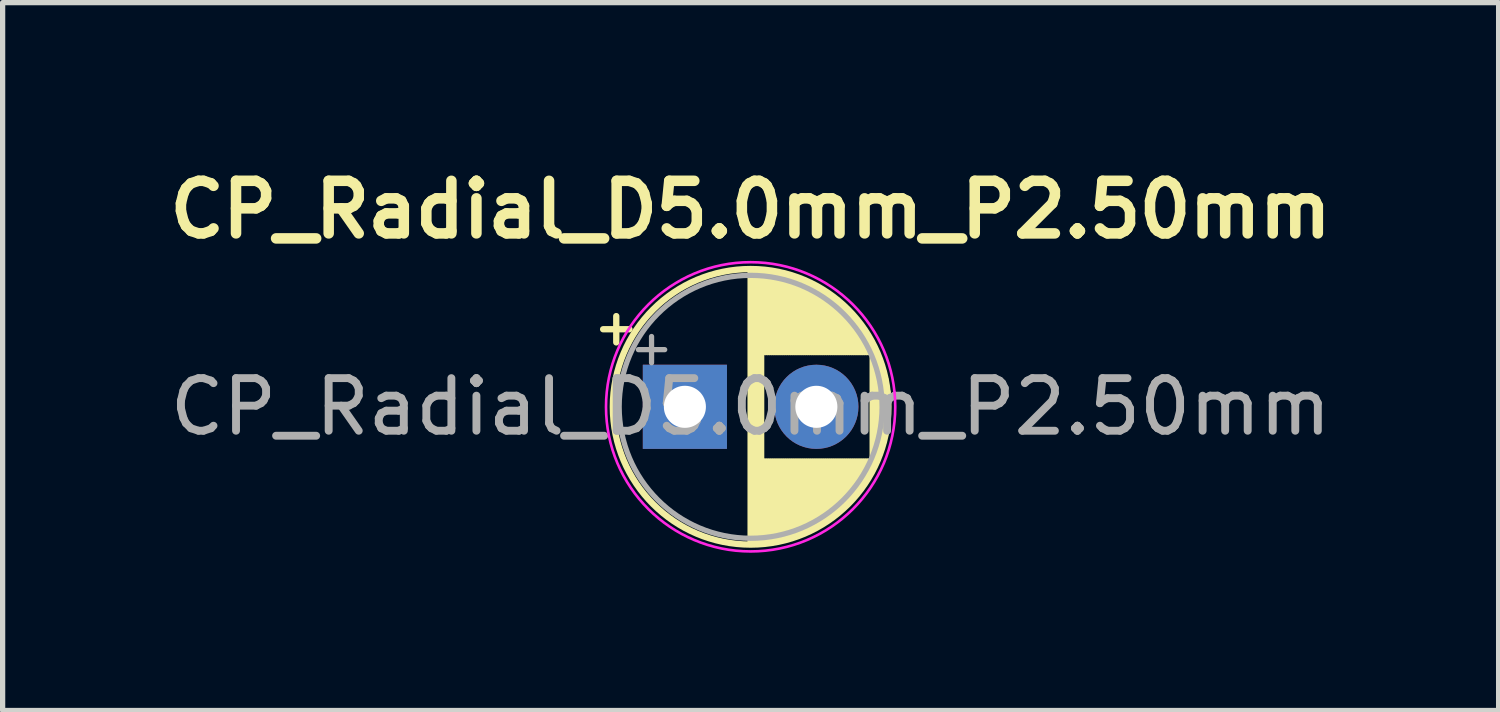
<source format=kicad_pcb>
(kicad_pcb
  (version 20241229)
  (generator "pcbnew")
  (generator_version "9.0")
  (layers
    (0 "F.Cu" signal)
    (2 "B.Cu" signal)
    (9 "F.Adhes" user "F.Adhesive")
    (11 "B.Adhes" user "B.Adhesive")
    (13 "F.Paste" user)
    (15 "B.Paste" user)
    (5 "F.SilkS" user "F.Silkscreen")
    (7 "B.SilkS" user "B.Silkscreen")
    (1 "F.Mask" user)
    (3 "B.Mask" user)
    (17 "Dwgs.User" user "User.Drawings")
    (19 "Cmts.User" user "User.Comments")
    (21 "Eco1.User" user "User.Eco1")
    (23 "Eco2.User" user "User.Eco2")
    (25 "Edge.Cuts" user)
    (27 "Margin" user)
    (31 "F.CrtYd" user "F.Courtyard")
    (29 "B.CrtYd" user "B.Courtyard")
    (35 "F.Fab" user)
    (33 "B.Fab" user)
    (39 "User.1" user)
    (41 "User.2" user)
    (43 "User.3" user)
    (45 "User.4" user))
  (footprint "CP_Radial_D5.0mm_P2.50mm"
    (layer "F.Cu")
    (at 9.974 4.686)
    (property "Reference" "CP_Radial_D5.0mm_P2.50mm" (at 1.25 -3.75 180) (layer "F.SilkS") (effects (font (size 1 1) (thickness 0.2) (bold yes))))
    (attr through_hole)
    (fp_line (start -1.555 -1.475) (end -1.055 -1.475) (stroke (width 0.12) (type solid)) (layer "F.SilkS"))
    (fp_line (start -1.305 -1.725) (end -1.305 -1.225) (stroke (width 0.12) (type solid)) (layer "F.SilkS"))
    (fp_line (start 1.25 -2.58) (end 1.25 2.58) (stroke (width 0.12) (type solid)) (layer "F.SilkS"))
    (fp_line (start 1.29 -2.58) (end 1.29 2.58) (stroke (width 0.12) (type solid)) (layer "F.SilkS"))
    (fp_line (start 1.33 -2.579) (end 1.33 2.579) (stroke (width 0.12) (type solid)) (layer "F.SilkS"))
    (fp_line (start 1.37 -2.578) (end 1.37 2.578) (stroke (width 0.12) (type solid)) (layer "F.SilkS"))
    (fp_line (start 1.41 -2.576) (end 1.41 2.576) (stroke (width 0.12) (type solid)) (layer "F.SilkS"))
    (fp_line (start 1.45 -2.573) (end 1.45 2.573) (stroke (width 0.12) (type solid)) (layer "F.SilkS"))
    (fp_line (start 1.49 -2.569) (end 1.49 -1.04) (stroke (width 0.12) (type solid)) (layer "F.SilkS"))
    (fp_line (start 1.49 1.04) (end 1.49 2.569) (stroke (width 0.12) (type solid)) (layer "F.SilkS"))
    (fp_line (start 1.53 -2.565) (end 1.53 -1.04) (stroke (width 0.12) (type solid)) (layer "F.SilkS"))
    (fp_line (start 1.53 1.04) (end 1.53 2.565) (stroke (width 0.12) (type solid)) (layer "F.SilkS"))
    (fp_line (start 1.57 -2.561) (end 1.57 -1.04) (stroke (width 0.12) (type solid)) (layer "F.SilkS"))
    (fp_line (start 1.57 1.04) (end 1.57 2.561) (stroke (width 0.12) (type solid)) (layer "F.SilkS"))
    (fp_line (start 1.61 -2.556) (end 1.61 -1.04) (stroke (width 0.12) (type solid)) (layer "F.SilkS"))
    (fp_line (start 1.61 1.04) (end 1.61 2.556) (stroke (width 0.12) (type solid)) (layer "F.SilkS"))
    (fp_line (start 1.65 -2.55) (end 1.65 -1.04) (stroke (width 0.12) (type solid)) (layer "F.SilkS"))
    (fp_line (start 1.65 1.04) (end 1.65 2.55) (stroke (width 0.12) (type solid)) (layer "F.SilkS"))
    (fp_line (start 1.69 -2.543) (end 1.69 -1.04) (stroke (width 0.12) (type solid)) (layer "F.SilkS"))
    (fp_line (start 1.69 1.04) (end 1.69 2.543) (stroke (width 0.12) (type solid)) (layer "F.SilkS"))
    (fp_line (start 1.73 -2.536) (end 1.73 -1.04) (stroke (width 0.12) (type solid)) (layer "F.SilkS"))
    (fp_line (start 1.73 1.04) (end 1.73 2.536) (stroke (width 0.12) (type solid)) (layer "F.SilkS"))
    (fp_line (start 1.77 -2.528) (end 1.77 -1.04) (stroke (width 0.12) (type solid)) (layer "F.SilkS"))
    (fp_line (start 1.77 1.04) (end 1.77 2.528) (stroke (width 0.12) (type solid)) (layer "F.SilkS"))
    (fp_line (start 1.81 -2.52) (end 1.81 -1.04) (stroke (width 0.12) (type solid)) (layer "F.SilkS"))
    (fp_line (start 1.81 1.04) (end 1.81 2.52) (stroke (width 0.12) (type solid)) (layer "F.SilkS"))
    (fp_line (start 1.85 -2.511) (end 1.85 -1.04) (stroke (width 0.12) (type solid)) (layer "F.SilkS"))
    (fp_line (start 1.85 1.04) (end 1.85 2.511) (stroke (width 0.12) (type solid)) (layer "F.SilkS"))
    (fp_line (start 1.89 -2.501) (end 1.89 -1.04) (stroke (width 0.12) (type solid)) (layer "F.SilkS"))
    (fp_line (start 1.89 1.04) (end 1.89 2.501) (stroke (width 0.12) (type solid)) (layer "F.SilkS"))
    (fp_line (start 1.93 -2.491) (end 1.93 -1.04) (stroke (width 0.12) (type solid)) (layer "F.SilkS"))
    (fp_line (start 1.93 1.04) (end 1.93 2.491) (stroke (width 0.12) (type solid)) (layer "F.SilkS"))
    (fp_line (start 1.971 -2.48) (end 1.971 -1.04) (stroke (width 0.12) (type solid)) (layer "F.SilkS"))
    (fp_line (start 1.971 1.04) (end 1.971 2.48) (stroke (width 0.12) (type solid)) (layer "F.SilkS"))
    (fp_line (start 2.011 -2.468) (end 2.011 -1.04) (stroke (width 0.12) (type solid)) (layer "F.SilkS"))
    (fp_line (start 2.011 1.04) (end 2.011 2.468) (stroke (width 0.12) (type solid)) (layer "F.SilkS"))
    (fp_line (start 2.051 -2.455) (end 2.051 -1.04) (stroke (width 0.12) (type solid)) (layer "F.SilkS"))
    (fp_line (start 2.051 1.04) (end 2.051 2.455) (stroke (width 0.12) (type solid)) (layer "F.SilkS"))
    (fp_line (start 2.091 -2.442) (end 2.091 -1.04) (stroke (width 0.12) (type solid)) (layer "F.SilkS"))
    (fp_line (start 2.091 1.04) (end 2.091 2.442) (stroke (width 0.12) (type solid)) (layer "F.SilkS"))
    (fp_line (start 2.131 -2.428) (end 2.131 -1.04) (stroke (width 0.12) (type solid)) (layer "F.SilkS"))
    (fp_line (start 2.131 1.04) (end 2.131 2.428) (stroke (width 0.12) (type solid)) (layer "F.SilkS"))
    (fp_line (start 2.171 -2.414) (end 2.171 -1.04) (stroke (width 0.12) (type solid)) (layer "F.SilkS"))
    (fp_line (start 2.171 1.04) (end 2.171 2.414) (stroke (width 0.12) (type solid)) (layer "F.SilkS"))
    (fp_line (start 2.211 -2.398) (end 2.211 -1.04) (stroke (width 0.12) (type solid)) (layer "F.SilkS"))
    (fp_line (start 2.211 1.04) (end 2.211 2.398) (stroke (width 0.12) (type solid)) (layer "F.SilkS"))
    (fp_line (start 2.251 -2.382) (end 2.251 -1.04) (stroke (width 0.12) (type solid)) (layer "F.SilkS"))
    (fp_line (start 2.251 1.04) (end 2.251 2.382) (stroke (width 0.12) (type solid)) (layer "F.SilkS"))
    (fp_line (start 2.291 -2.365) (end 2.291 -1.04) (stroke (width 0.12) (type solid)) (layer "F.SilkS"))
    (fp_line (start 2.291 1.04) (end 2.291 2.365) (stroke (width 0.12) (type solid)) (layer "F.SilkS"))
    (fp_line (start 2.331 -2.348) (end 2.331 -1.04) (stroke (width 0.12) (type solid)) (layer "F.SilkS"))
    (fp_line (start 2.331 1.04) (end 2.331 2.348) (stroke (width 0.12) (type solid)) (layer "F.SilkS"))
    (fp_line (start 2.371 -2.329) (end 2.371 -1.04) (stroke (width 0.12) (type solid)) (layer "F.SilkS"))
    (fp_line (start 2.371 1.04) (end 2.371 2.329) (stroke (width 0.12) (type solid)) (layer "F.SilkS"))
    (fp_line (start 2.411 -2.31) (end 2.411 -1.04) (stroke (width 0.12) (type solid)) (layer "F.SilkS"))
    (fp_line (start 2.411 1.04) (end 2.411 2.31) (stroke (width 0.12) (type solid)) (layer "F.SilkS"))
    (fp_line (start 2.451 -2.29) (end 2.451 -1.04) (stroke (width 0.12) (type solid)) (layer "F.SilkS"))
    (fp_line (start 2.451 1.04) (end 2.451 2.29) (stroke (width 0.12) (type solid)) (layer "F.SilkS"))
    (fp_line (start 2.491 -2.268) (end 2.491 -1.04) (stroke (width 0.12) (type solid)) (layer "F.SilkS"))
    (fp_line (start 2.491 1.04) (end 2.491 2.268) (stroke (width 0.12) (type solid)) (layer "F.SilkS"))
    (fp_line (start 2.531 -2.247) (end 2.531 -1.04) (stroke (width 0.12) (type solid)) (layer "F.SilkS"))
    (fp_line (start 2.531 1.04) (end 2.531 2.247) (stroke (width 0.12) (type solid)) (layer "F.SilkS"))
    (fp_line (start 2.571 -2.224) (end 2.571 -1.04) (stroke (width 0.12) (type solid)) (layer "F.SilkS"))
    (fp_line (start 2.571 1.04) (end 2.571 2.224) (stroke (width 0.12) (type solid)) (layer "F.SilkS"))
    (fp_line (start 2.611 -2.2) (end 2.611 -1.04) (stroke (width 0.12) (type solid)) (layer "F.SilkS"))
    (fp_line (start 2.611 1.04) (end 2.611 2.2) (stroke (width 0.12) (type solid)) (layer "F.SilkS"))
    (fp_line (start 2.651 -2.175) (end 2.651 -1.04) (stroke (width 0.12) (type solid)) (layer "F.SilkS"))
    (fp_line (start 2.651 1.04) (end 2.651 2.175) (stroke (width 0.12) (type solid)) (layer "F.SilkS"))
    (fp_line (start 2.691 -2.149) (end 2.691 -1.04) (stroke (width 0.12) (type solid)) (layer "F.SilkS"))
    (fp_line (start 2.691 1.04) (end 2.691 2.149) (stroke (width 0.12) (type solid)) (layer "F.SilkS"))
    (fp_line (start 2.731 -2.122) (end 2.731 -1.04) (stroke (width 0.12) (type solid)) (layer "F.SilkS"))
    (fp_line (start 2.731 1.04) (end 2.731 2.122) (stroke (width 0.12) (type solid)) (layer "F.SilkS"))
    (fp_line (start 2.771 -2.095) (end 2.771 -1.04) (stroke (width 0.12) (type solid)) (layer "F.SilkS"))
    (fp_line (start 2.771 1.04) (end 2.771 2.095) (stroke (width 0.12) (type solid)) (layer "F.SilkS"))
    (fp_line (start 2.811 -2.065) (end 2.811 -1.04) (stroke (width 0.12) (type solid)) (layer "F.SilkS"))
    (fp_line (start 2.811 1.04) (end 2.811 2.065) (stroke (width 0.12) (type solid)) (layer "F.SilkS"))
    (fp_line (start 2.851 -2.035) (end 2.851 -1.04) (stroke (width 0.12) (type solid)) (layer "F.SilkS"))
    (fp_line (start 2.851 1.04) (end 2.851 2.035) (stroke (width 0.12) (type solid)) (layer "F.SilkS"))
    (fp_line (start 2.891 -2.004) (end 2.891 -1.04) (stroke (width 0.12) (type solid)) (layer "F.SilkS"))
    (fp_line (start 2.891 1.04) (end 2.891 2.004) (stroke (width 0.12) (type solid)) (layer "F.SilkS"))
    (fp_line (start 2.931 -1.971) (end 2.931 -1.04) (stroke (width 0.12) (type solid)) (layer "F.SilkS"))
    (fp_line (start 2.931 1.04) (end 2.931 1.971) (stroke (width 0.12) (type solid)) (layer "F.SilkS"))
    (fp_line (start 2.971 -1.937) (end 2.971 -1.04) (stroke (width 0.12) (type solid)) (layer "F.SilkS"))
    (fp_line (start 2.971 1.04) (end 2.971 1.937) (stroke (width 0.12) (type solid)) (layer "F.SilkS"))
    (fp_line (start 3.011 -1.901) (end 3.011 -1.04) (stroke (width 0.12) (type solid)) (layer "F.SilkS"))
    (fp_line (start 3.011 1.04) (end 3.011 1.901) (stroke (width 0.12) (type solid)) (layer "F.SilkS"))
    (fp_line (start 3.051 -1.864) (end 3.051 -1.04) (stroke (width 0.12) (type solid)) (layer "F.SilkS"))
    (fp_line (start 3.051 1.04) (end 3.051 1.864) (stroke (width 0.12) (type solid)) (layer "F.SilkS"))
    (fp_line (start 3.091 -1.826) (end 3.091 -1.04) (stroke (width 0.12) (type solid)) (layer "F.SilkS"))
    (fp_line (start 3.091 1.04) (end 3.091 1.826) (stroke (width 0.12) (type solid)) (layer "F.SilkS"))
    (fp_line (start 3.131 -1.785) (end 3.131 -1.04) (stroke (width 0.12) (type solid)) (layer "F.SilkS"))
    (fp_line (start 3.131 1.04) (end 3.131 1.785) (stroke (width 0.12) (type solid)) (layer "F.SilkS"))
    (fp_line (start 3.171 -1.743) (end 3.171 -1.04) (stroke (width 0.12) (type solid)) (layer "F.SilkS"))
    (fp_line (start 3.171 1.04) (end 3.171 1.743) (stroke (width 0.12) (type solid)) (layer "F.SilkS"))
    (fp_line (start 3.211 -1.699) (end 3.211 -1.04) (stroke (width 0.12) (type solid)) (layer "F.SilkS"))
    (fp_line (start 3.211 1.04) (end 3.211 1.699) (stroke (width 0.12) (type solid)) (layer "F.SilkS"))
    (fp_line (start 3.251 -1.653) (end 3.251 -1.04) (stroke (width 0.12) (type solid)) (layer "F.SilkS"))
    (fp_line (start 3.251 1.04) (end 3.251 1.653) (stroke (width 0.12) (type solid)) (layer "F.SilkS"))
    (fp_line (start 3.291 -1.605) (end 3.291 -1.04) (stroke (width 0.12) (type solid)) (layer "F.SilkS"))
    (fp_line (start 3.291 1.04) (end 3.291 1.605) (stroke (width 0.12) (type solid)) (layer "F.SilkS"))
    (fp_line (start 3.331 -1.554) (end 3.331 -1.04) (stroke (width 0.12) (type solid)) (layer "F.SilkS"))
    (fp_line (start 3.331 1.04) (end 3.331 1.554) (stroke (width 0.12) (type solid)) (layer "F.SilkS"))
    (fp_line (start 3.371 -1.5) (end 3.371 -1.04) (stroke (width 0.12) (type solid)) (layer "F.SilkS"))
    (fp_line (start 3.371 1.04) (end 3.371 1.5) (stroke (width 0.12) (type solid)) (layer "F.SilkS"))
    (fp_line (start 3.411 -1.443) (end 3.411 -1.04) (stroke (width 0.12) (type solid)) (layer "F.SilkS"))
    (fp_line (start 3.411 1.04) (end 3.411 1.443) (stroke (width 0.12) (type solid)) (layer "F.SilkS"))
    (fp_line (start 3.451 -1.383) (end 3.451 -1.04) (stroke (width 0.12) (type solid)) (layer "F.SilkS"))
    (fp_line (start 3.451 1.04) (end 3.451 1.383) (stroke (width 0.12) (type solid)) (layer "F.SilkS"))
    (fp_line (start 3.491 -1.319) (end 3.491 -1.04) (stroke (width 0.12) (type solid)) (layer "F.SilkS"))
    (fp_line (start 3.491 1.04) (end 3.491 1.319) (stroke (width 0.12) (type solid)) (layer "F.SilkS"))
    (fp_line (start 3.531 -1.251) (end 3.531 -1.04) (stroke (width 0.12) (type solid)) (layer "F.SilkS"))
    (fp_line (start 3.531 1.04) (end 3.531 1.251) (stroke (width 0.12) (type solid)) (layer "F.SilkS"))
    (fp_line (start 3.571 -1.178) (end 3.571 1.178) (stroke (width 0.12) (type solid)) (layer "F.SilkS"))
    (fp_line (start 3.611 -1.098) (end 3.611 1.098) (stroke (width 0.12) (type solid)) (layer "F.SilkS"))
    (fp_line (start 3.651 -1.011) (end 3.651 1.011) (stroke (width 0.12) (type solid)) (layer "F.SilkS"))
    (fp_line (start 3.691 -0.915) (end 3.691 0.915) (stroke (width 0.12) (type solid)) (layer "F.SilkS"))
    (fp_line (start 3.731 -0.805) (end 3.731 0.805) (stroke (width 0.12) (type solid)) (layer "F.SilkS"))
    (fp_line (start 3.771 -0.677) (end 3.771 0.677) (stroke (width 0.12) (type solid)) (layer "F.SilkS"))
    (fp_line (start 3.811 -0.518) (end 3.811 0.518) (stroke (width 0.12) (type solid)) (layer "F.SilkS"))
    (fp_line (start 3.851 -0.284) (end 3.851 0.284) (stroke (width 0.12) (type solid)) (layer "F.SilkS"))
    (fp_circle (center 1.25 0) (end 3.87 0) (stroke (width 0.12) (type solid)) (fill no) (layer "F.SilkS"))
    (fp_circle (center 1.25 0) (end 4 0) (stroke (width 0.05) (type solid)) (fill no) (layer "F.CrtYd"))
    (fp_line (start -0.884 -1.087) (end -0.384 -1.087) (stroke (width 0.1) (type solid)) (layer "F.Fab"))
    (fp_line (start -0.634 -1.337) (end -0.634 -0.838) (stroke (width 0.1) (type solid)) (layer "F.Fab"))
    (fp_circle (center 1.25 0) (end 3.75 0) (stroke (width 0.1) (type solid)) (fill no) (layer "F.Fab"))
    (fp_text user "${REFERENCE}" (at 1.25 0 180) (layer "F.Fab") (effects (font (size 1 1) (thickness 0.15))))
    (pad "1" thru_hole rect (at 0 0) (size 1.6 1.6) (drill 0.8) (layers "*.Cu" "*.Mask"))
    (pad "2" thru_hole circle (at 2.5 0) (size 1.6 1.6) (drill 0.8) (layers "*.Cu" "*.Mask")))
  (gr_rect
    (start -3 -3)
    (end 25.448 10.461)
    (stroke (width 0.1) (type default))
    (fill no)
    (layer "Edge.Cuts")))
</source>
